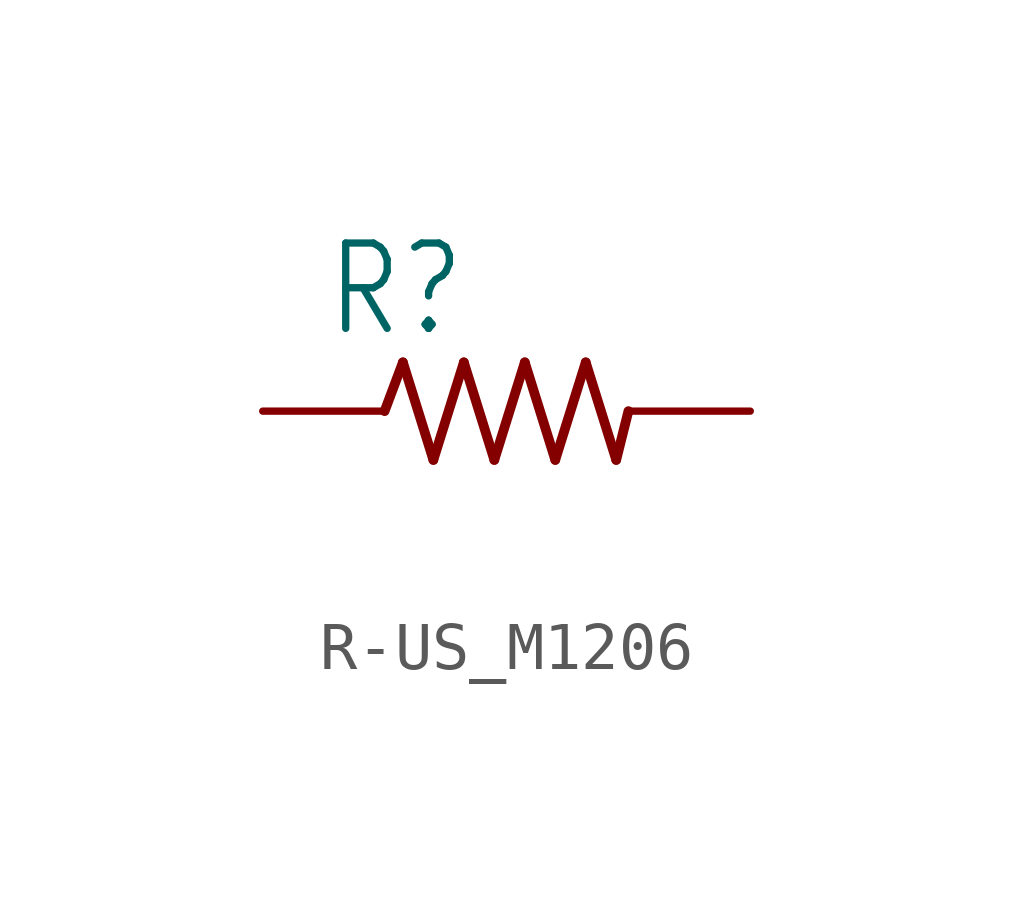
<source format=kicad_sym>
(kicad_symbol_lib
  (version 20220914)
  (generator kicad_symbol_editor)
  (symbol "R-US_M1206"
    (property "Reference" "R"
      (at -3.81 1.499 0)
      (effects (font (size 1.778 1.511)) (justify left bottom)))
    (property "Value" ""
      (at -3.81 -3.302 0)
      (effects (font (size 1.778 1.511)) (justify left bottom)))
    (property "ki_locked" ""
      (at 0 0 0)
      (effects (font (size 1.27 1.27))))
    (symbol "R-US_M1206_1_0"
      (polyline (pts (xy -2.54 0) (xy -2.159 1.016)) (stroke (width 0.203) (type solid)) (fill (type none)))
      (polyline (pts (xy -2.159 1.016) (xy -1.524 -1.016)) (stroke (width 0.203) (type solid)) (fill (type none)))
      (polyline (pts (xy -1.524 -1.016) (xy -0.889 1.016)) (stroke (width 0.203) (type solid)) (fill (type none)))
      (polyline (pts (xy -0.889 1.016) (xy -0.254 -1.016)) (stroke (width 0.203) (type solid)) (fill (type none)))
      (polyline (pts (xy -0.254 -1.016) (xy 0.381 1.016)) (stroke (width 0.203) (type solid)) (fill (type none)))
      (polyline (pts (xy 0.381 1.016) (xy 1.016 -1.016)) (stroke (width 0.203) (type solid)) (fill (type none)))
      (polyline (pts (xy 1.016 -1.016) (xy 1.651 1.016)) (stroke (width 0.203) (type solid)) (fill (type none)))
      (polyline (pts (xy 1.651 1.016) (xy 2.286 -1.016)) (stroke (width 0.203) (type solid)) (fill (type none)))
      (polyline (pts (xy 2.286 -1.016) (xy 2.54 0)) (stroke (width 0.203) (type solid)) (fill (type none)))
      (pin passive line (at -5.08 0 0) (length 2.54) (name "1" (effects (font (size 0 0)))) (number "1" (effects (font (size 0 0)))))
      (pin passive line (at 5.08 0 180) (length 2.54) (name "2" (effects (font (size 0 0)))) (number "2" (effects (font (size 0 0))))))))
</source>
